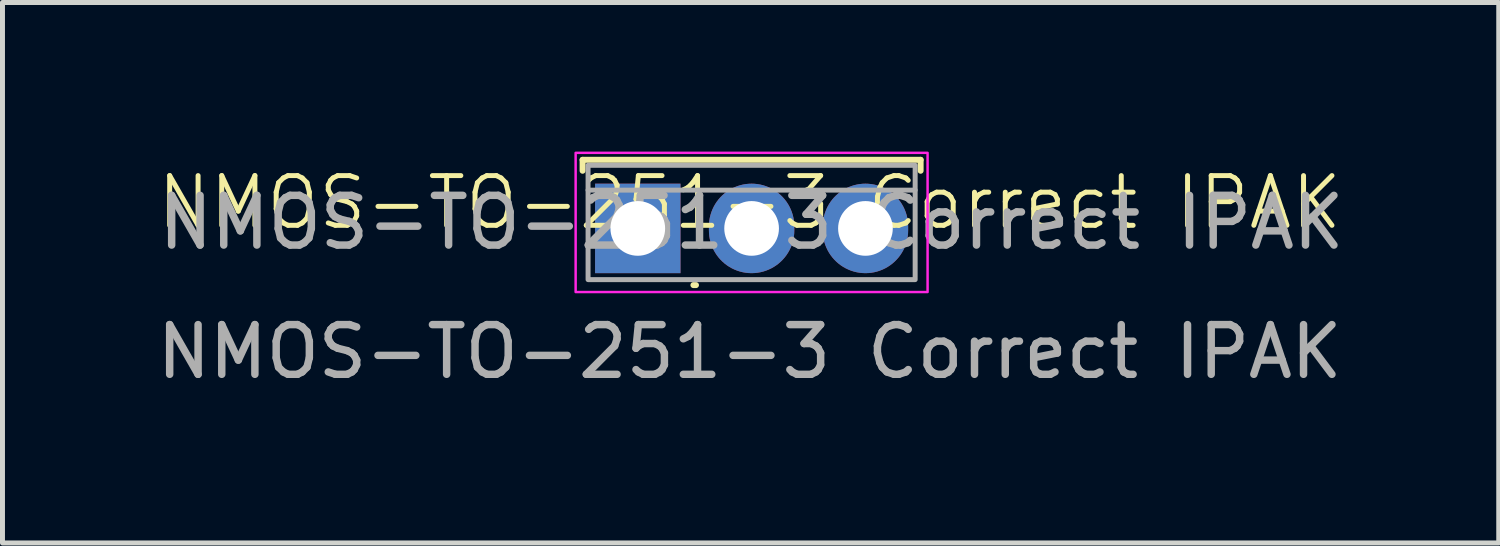
<source format=kicad_pcb>
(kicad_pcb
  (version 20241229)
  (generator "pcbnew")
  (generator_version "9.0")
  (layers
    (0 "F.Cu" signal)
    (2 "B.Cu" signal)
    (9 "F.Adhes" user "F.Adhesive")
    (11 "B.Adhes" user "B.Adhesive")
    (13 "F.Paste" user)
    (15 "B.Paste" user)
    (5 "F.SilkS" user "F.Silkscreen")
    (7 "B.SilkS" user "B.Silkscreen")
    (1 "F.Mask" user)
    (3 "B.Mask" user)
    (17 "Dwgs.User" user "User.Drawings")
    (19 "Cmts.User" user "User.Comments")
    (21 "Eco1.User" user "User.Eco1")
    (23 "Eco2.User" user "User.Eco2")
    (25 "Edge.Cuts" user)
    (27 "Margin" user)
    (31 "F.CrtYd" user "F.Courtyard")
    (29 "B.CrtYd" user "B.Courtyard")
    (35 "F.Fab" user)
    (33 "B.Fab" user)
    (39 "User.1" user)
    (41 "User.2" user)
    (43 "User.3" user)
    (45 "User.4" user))
  (footprint "NMOS-TO-251-3 Correct IPAK"
    (layer "F.Cu")
    (at 12.03 1.525)
    (property "Reference" "NMOS-TO-251-3 Correct IPAK" (at 0 -0.5 0) (unlocked yes) (layer "F.SilkS") (effects (font (size 1 1) (thickness 0.1))))
    (attr through_hole)
    (fp_line (start -3.36 -1.36) (end 3.44 -1.36) (stroke (width 0.12) (type solid)) (layer "F.SilkS"))
    (fp_line (start -3.36 -1.14) (end -3.36 -1.36) (stroke (width 0.12) (type solid)) (layer "F.SilkS"))
    (fp_line (start -1.079 1.16) (end -1.131 1.16) (stroke (width 0.12) (type solid)) (layer "F.SilkS"))
    (fp_line (start 1.159 -0.75) (end 1.211 -0.75) (stroke (width 0.12) (type solid)) (layer "F.SilkS"))
    (fp_line (start 3.44 -1.36) (end 3.44 -1.14) (stroke (width 0.12) (type solid)) (layer "F.SilkS"))
    (fp_rect (start -3.5 -1.5) (end 3.58 1.3) (stroke (width 0.05) (type solid)) (fill no) (layer "F.CrtYd"))
    (fp_line (start -3.25 -0.75) (end 3.33 -0.75) (stroke (width 0.1) (type solid)) (layer "F.Fab"))
    (fp_rect (start -3.25 -1.25) (end 3.33 1.05) (stroke (width 0.1) (type solid)) (fill no) (layer "F.Fab"))
    (fp_text user "${REFERENCE}" (at 0.04 -0.1 0) (layer "F.Fab") (effects (font (size 1 1) (thickness 0.15))))
    (fp_text user "${REFERENCE}" (at 0 2.5 0) (unlocked yes) (layer "F.Fab") (effects (font (size 1 1) (thickness 0.15))))
    (pad "1" thru_hole rect (at -2.25 0.02) (size 1.718 1.8) (drill 1.1) (layers "*.Cu" "*.Mask"))
    (pad "2" thru_hole oval (at 0.04 0.02) (size 1.718 1.8) (drill 1.1) (layers "*.Cu" "*.Mask"))
    (pad "3" thru_hole oval (at 2.33 0.02) (size 1.718 1.8) (drill 1.1) (layers "*.Cu" "*.Mask")))
  (gr_rect
    (start -3 -3)
    (end 27.1 7.873)
    (stroke (width 0.1) (type default))
    (fill no)
    (layer "Edge.Cuts")))
</source>
